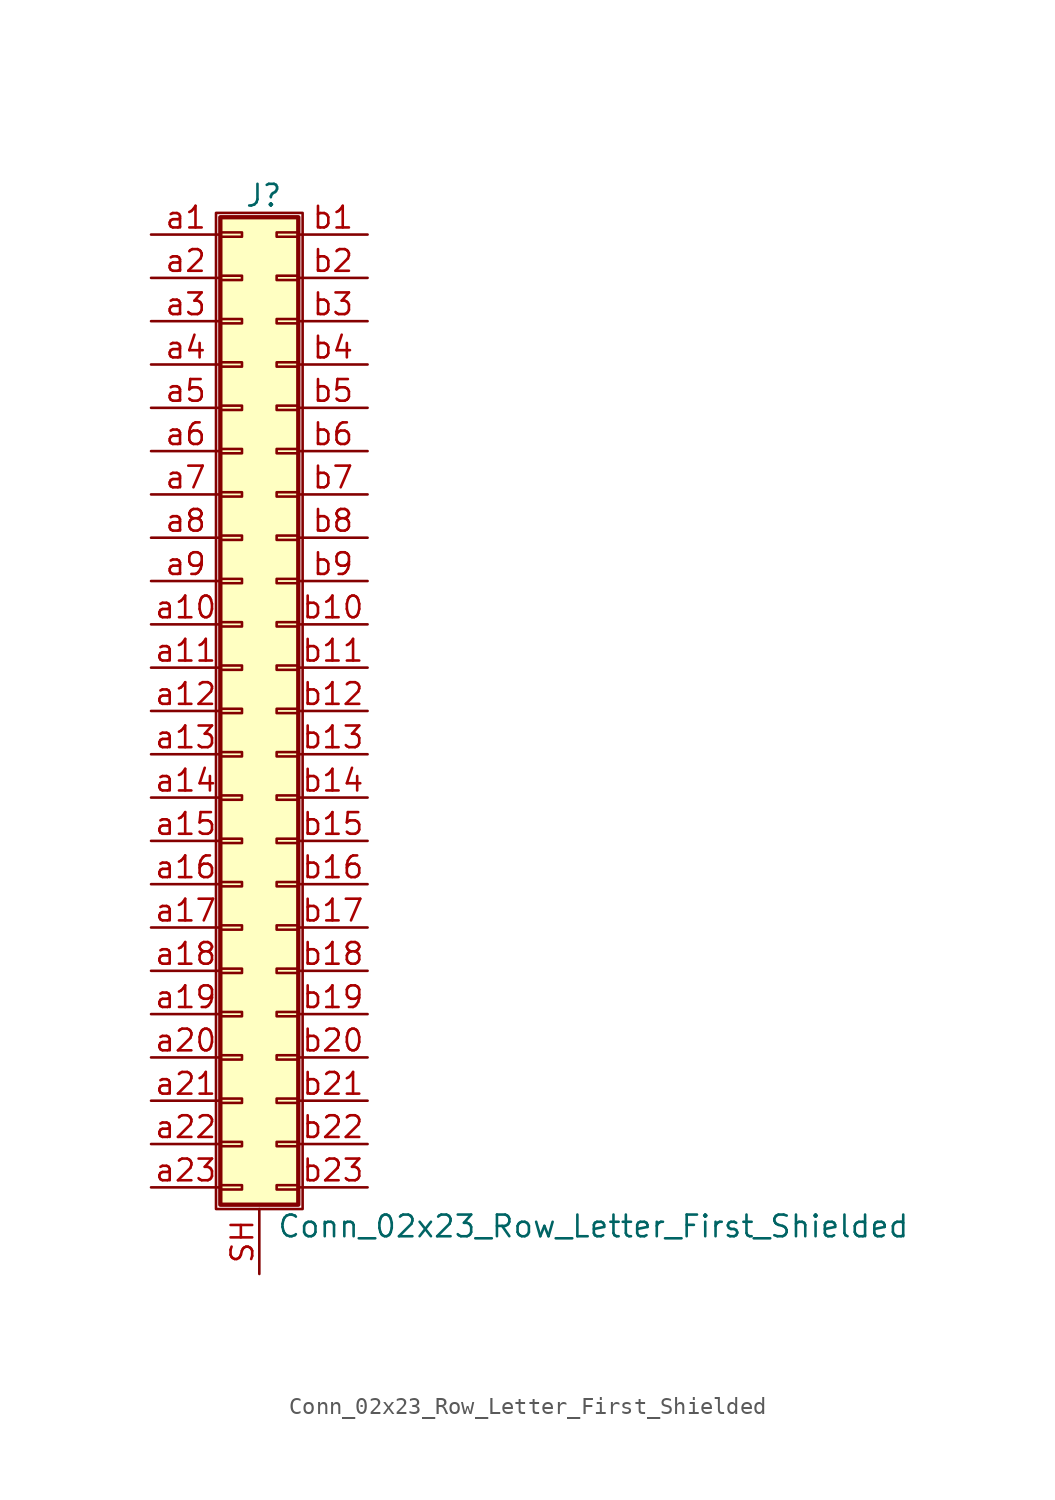
<source format=kicad_sym>
(kicad_symbol_lib
  (version 20201005)
  (generator kicad_symbol_editor)
  (symbol "Conn_02x23_Row_Letter_First_Shielded"
    (pin_names
      (offset 1.016) hide)
    (property "Reference" "J"
      (at 1.524 30.226 0)
      (effects (font (size 1.27 1.27))))
    (property "Value" "Conn_02x23_Row_Letter_First_Shielded"
      (at 2.286 -30.226 0)
      (effects (font (size 1.27 1.27)) (justify left)))
    (symbol "Conn_02x23_Row_Letter_First_Shielded_1_1"
      (rectangle (start -1.27 29.21) (end 3.81 -29.21) (stroke (width 0.152)) (fill (type none)))
      (rectangle (start -1.016 -27.813) (end 0.254 -28.067) (stroke (width 0.152)) (fill (type none)))
      (rectangle (start -1.016 -25.273) (end 0.254 -25.527) (stroke (width 0.152)) (fill (type none)))
      (rectangle (start -1.016 -22.733) (end 0.254 -22.987) (stroke (width 0.152)) (fill (type none)))
      (rectangle (start -1.016 -20.193) (end 0.254 -20.447) (stroke (width 0.152)) (fill (type none)))
      (rectangle (start -1.016 -17.653) (end 0.254 -17.907) (stroke (width 0.152)) (fill (type none)))
      (rectangle (start -1.016 -15.113) (end 0.254 -15.367) (stroke (width 0.152)) (fill (type none)))
      (rectangle (start -1.016 -12.573) (end 0.254 -12.827) (stroke (width 0.152)) (fill (type none)))
      (rectangle (start -1.016 -10.033) (end 0.254 -10.287) (stroke (width 0.152)) (fill (type none)))
      (rectangle (start -1.016 -7.493) (end 0.254 -7.747) (stroke (width 0.152)) (fill (type none)))
      (rectangle (start -1.016 -4.953) (end 0.254 -5.207) (stroke (width 0.152)) (fill (type none)))
      (rectangle (start -1.016 -2.413) (end 0.254 -2.667) (stroke (width 0.152)) (fill (type none)))
      (rectangle (start -1.016 0.127) (end 0.254 -0.127) (stroke (width 0.152)) (fill (type none)))
      (rectangle (start -1.016 2.667) (end 0.254 2.413) (stroke (width 0.152)) (fill (type none)))
      (rectangle (start -1.016 5.207) (end 0.254 4.953) (stroke (width 0.152)) (fill (type none)))
      (rectangle (start -1.016 7.747) (end 0.254 7.493) (stroke (width 0.152)) (fill (type none)))
      (rectangle (start -1.016 10.287) (end 0.254 10.033) (stroke (width 0.152)) (fill (type none)))
      (rectangle (start -1.016 12.827) (end 0.254 12.573) (stroke (width 0.152)) (fill (type none)))
      (rectangle (start -1.016 15.367) (end 0.254 15.113) (stroke (width 0.152)) (fill (type none)))
      (rectangle (start -1.016 17.907) (end 0.254 17.653) (stroke (width 0.152)) (fill (type none)))
      (rectangle (start -1.016 20.447) (end 0.254 20.193) (stroke (width 0.152)) (fill (type none)))
      (rectangle (start -1.016 22.987) (end 0.254 22.733) (stroke (width 0.152)) (fill (type none)))
      (rectangle (start -1.016 25.527) (end 0.254 25.273) (stroke (width 0.152)) (fill (type none)))
      (rectangle (start -1.016 28.067) (end 0.254 27.813) (stroke (width 0.152)) (fill (type none)))
      (rectangle (start -1.016 28.956) (end 3.556 -28.956) (stroke (width 0.254)) (fill (type background)))
      (rectangle (start 3.556 -27.813) (end 2.286 -28.067) (stroke (width 0.152)) (fill (type none)))
      (rectangle (start 3.556 -25.273) (end 2.286 -25.527) (stroke (width 0.152)) (fill (type none)))
      (rectangle (start 3.556 -22.733) (end 2.286 -22.987) (stroke (width 0.152)) (fill (type none)))
      (rectangle (start 3.556 -20.193) (end 2.286 -20.447) (stroke (width 0.152)) (fill (type none)))
      (rectangle (start 3.556 -17.653) (end 2.286 -17.907) (stroke (width 0.152)) (fill (type none)))
      (rectangle (start 3.556 -15.113) (end 2.286 -15.367) (stroke (width 0.152)) (fill (type none)))
      (rectangle (start 3.556 -12.573) (end 2.286 -12.827) (stroke (width 0.152)) (fill (type none)))
      (rectangle (start 3.556 -10.033) (end 2.286 -10.287) (stroke (width 0.152)) (fill (type none)))
      (rectangle (start 3.556 -7.493) (end 2.286 -7.747) (stroke (width 0.152)) (fill (type none)))
      (rectangle (start 3.556 -4.953) (end 2.286 -5.207) (stroke (width 0.152)) (fill (type none)))
      (rectangle (start 3.556 -2.413) (end 2.286 -2.667) (stroke (width 0.152)) (fill (type none)))
      (rectangle (start 3.556 0.127) (end 2.286 -0.127) (stroke (width 0.152)) (fill (type none)))
      (rectangle (start 3.556 2.667) (end 2.286 2.413) (stroke (width 0.152)) (fill (type none)))
      (rectangle (start 3.556 5.207) (end 2.286 4.953) (stroke (width 0.152)) (fill (type none)))
      (rectangle (start 3.556 7.747) (end 2.286 7.493) (stroke (width 0.152)) (fill (type none)))
      (rectangle (start 3.556 10.287) (end 2.286 10.033) (stroke (width 0.152)) (fill (type none)))
      (rectangle (start 3.556 12.827) (end 2.286 12.573) (stroke (width 0.152)) (fill (type none)))
      (rectangle (start 3.556 15.367) (end 2.286 15.113) (stroke (width 0.152)) (fill (type none)))
      (rectangle (start 3.556 17.907) (end 2.286 17.653) (stroke (width 0.152)) (fill (type none)))
      (rectangle (start 3.556 20.447) (end 2.286 20.193) (stroke (width 0.152)) (fill (type none)))
      (rectangle (start 3.556 22.987) (end 2.286 22.733) (stroke (width 0.152)) (fill (type none)))
      (rectangle (start 3.556 25.527) (end 2.286 25.273) (stroke (width 0.152)) (fill (type none)))
      (rectangle (start 3.556 28.067) (end 2.286 27.813) (stroke (width 0.152)) (fill (type none)))
      (pin passive line (at 1.27 -33.02 90) (length 3.81) (name "Shield" (effects (font (size 1.27 1.27)))) (number "SH" (effects (font (size 1.27 1.27)))))
      (pin passive line (at -5.08 27.94 0) (length 4.064) (name "Pin_a1" (effects (font (size 1.27 1.27)))) (number "a1" (effects (font (size 1.27 1.27)))))
      (pin passive line (at -5.08 5.08 0) (length 4.064) (name "Pin_a10" (effects (font (size 1.27 1.27)))) (number "a10" (effects (font (size 1.27 1.27)))))
      (pin passive line (at -5.08 2.54 0) (length 4.064) (name "Pin_a11" (effects (font (size 1.27 1.27)))) (number "a11" (effects (font (size 1.27 1.27)))))
      (pin passive line (at -5.08 0 0) (length 4.064) (name "Pin_a12" (effects (font (size 1.27 1.27)))) (number "a12" (effects (font (size 1.27 1.27)))))
      (pin passive line (at -5.08 -2.54 0) (length 4.064) (name "Pin_a13" (effects (font (size 1.27 1.27)))) (number "a13" (effects (font (size 1.27 1.27)))))
      (pin passive line (at -5.08 -5.08 0) (length 4.064) (name "Pin_a14" (effects (font (size 1.27 1.27)))) (number "a14" (effects (font (size 1.27 1.27)))))
      (pin passive line (at -5.08 -7.62 0) (length 4.064) (name "Pin_a15" (effects (font (size 1.27 1.27)))) (number "a15" (effects (font (size 1.27 1.27)))))
      (pin passive line (at -5.08 -10.16 0) (length 4.064) (name "Pin_a16" (effects (font (size 1.27 1.27)))) (number "a16" (effects (font (size 1.27 1.27)))))
      (pin passive line (at -5.08 -12.7 0) (length 4.064) (name "Pin_a17" (effects (font (size 1.27 1.27)))) (number "a17" (effects (font (size 1.27 1.27)))))
      (pin passive line (at -5.08 -15.24 0) (length 4.064) (name "Pin_a18" (effects (font (size 1.27 1.27)))) (number "a18" (effects (font (size 1.27 1.27)))))
      (pin passive line (at -5.08 -17.78 0) (length 4.064) (name "Pin_a19" (effects (font (size 1.27 1.27)))) (number "a19" (effects (font (size 1.27 1.27)))))
      (pin passive line (at -5.08 25.4 0) (length 4.064) (name "Pin_a2" (effects (font (size 1.27 1.27)))) (number "a2" (effects (font (size 1.27 1.27)))))
      (pin passive line (at -5.08 -20.32 0) (length 4.064) (name "Pin_a20" (effects (font (size 1.27 1.27)))) (number "a20" (effects (font (size 1.27 1.27)))))
      (pin passive line (at -5.08 -22.86 0) (length 4.064) (name "Pin_a21" (effects (font (size 1.27 1.27)))) (number "a21" (effects (font (size 1.27 1.27)))))
      (pin passive line (at -5.08 -25.4 0) (length 4.064) (name "Pin_a22" (effects (font (size 1.27 1.27)))) (number "a22" (effects (font (size 1.27 1.27)))))
      (pin passive line (at -5.08 -27.94 0) (length 4.064) (name "Pin_a23" (effects (font (size 1.27 1.27)))) (number "a23" (effects (font (size 1.27 1.27)))))
      (pin passive line (at -5.08 22.86 0) (length 4.064) (name "Pin_a3" (effects (font (size 1.27 1.27)))) (number "a3" (effects (font (size 1.27 1.27)))))
      (pin passive line (at -5.08 20.32 0) (length 4.064) (name "Pin_a4" (effects (font (size 1.27 1.27)))) (number "a4" (effects (font (size 1.27 1.27)))))
      (pin passive line (at -5.08 17.78 0) (length 4.064) (name "Pin_a5" (effects (font (size 1.27 1.27)))) (number "a5" (effects (font (size 1.27 1.27)))))
      (pin passive line (at -5.08 15.24 0) (length 4.064) (name "Pin_a6" (effects (font (size 1.27 1.27)))) (number "a6" (effects (font (size 1.27 1.27)))))
      (pin passive line (at -5.08 12.7 0) (length 4.064) (name "Pin_a7" (effects (font (size 1.27 1.27)))) (number "a7" (effects (font (size 1.27 1.27)))))
      (pin passive line (at -5.08 10.16 0) (length 4.064) (name "Pin_a8" (effects (font (size 1.27 1.27)))) (number "a8" (effects (font (size 1.27 1.27)))))
      (pin passive line (at -5.08 7.62 0) (length 4.064) (name "Pin_a9" (effects (font (size 1.27 1.27)))) (number "a9" (effects (font (size 1.27 1.27)))))
      (pin passive line (at 7.62 27.94 180) (length 4.064) (name "Pin_b1" (effects (font (size 1.27 1.27)))) (number "b1" (effects (font (size 1.27 1.27)))))
      (pin passive line (at 7.62 5.08 180) (length 4.064) (name "Pin_b10" (effects (font (size 1.27 1.27)))) (number "b10" (effects (font (size 1.27 1.27)))))
      (pin passive line (at 7.62 2.54 180) (length 4.064) (name "Pin_b11" (effects (font (size 1.27 1.27)))) (number "b11" (effects (font (size 1.27 1.27)))))
      (pin passive line (at 7.62 0 180) (length 4.064) (name "Pin_b12" (effects (font (size 1.27 1.27)))) (number "b12" (effects (font (size 1.27 1.27)))))
      (pin passive line (at 7.62 -2.54 180) (length 4.064) (name "Pin_b13" (effects (font (size 1.27 1.27)))) (number "b13" (effects (font (size 1.27 1.27)))))
      (pin passive line (at 7.62 -5.08 180) (length 4.064) (name "Pin_b14" (effects (font (size 1.27 1.27)))) (number "b14" (effects (font (size 1.27 1.27)))))
      (pin passive line (at 7.62 -7.62 180) (length 4.064) (name "Pin_b15" (effects (font (size 1.27 1.27)))) (number "b15" (effects (font (size 1.27 1.27)))))
      (pin passive line (at 7.62 -10.16 180) (length 4.064) (name "Pin_b16" (effects (font (size 1.27 1.27)))) (number "b16" (effects (font (size 1.27 1.27)))))
      (pin passive line (at 7.62 -12.7 180) (length 4.064) (name "Pin_b17" (effects (font (size 1.27 1.27)))) (number "b17" (effects (font (size 1.27 1.27)))))
      (pin passive line (at 7.62 -15.24 180) (length 4.064) (name "Pin_b18" (effects (font (size 1.27 1.27)))) (number "b18" (effects (font (size 1.27 1.27)))))
      (pin passive line (at 7.62 -17.78 180) (length 4.064) (name "Pin_b19" (effects (font (size 1.27 1.27)))) (number "b19" (effects (font (size 1.27 1.27)))))
      (pin passive line (at 7.62 25.4 180) (length 4.064) (name "Pin_b2" (effects (font (size 1.27 1.27)))) (number "b2" (effects (font (size 1.27 1.27)))))
      (pin passive line (at 7.62 -20.32 180) (length 4.064) (name "Pin_b20" (effects (font (size 1.27 1.27)))) (number "b20" (effects (font (size 1.27 1.27)))))
      (pin passive line (at 7.62 -22.86 180) (length 4.064) (name "Pin_b21" (effects (font (size 1.27 1.27)))) (number "b21" (effects (font (size 1.27 1.27)))))
      (pin passive line (at 7.62 -25.4 180) (length 4.064) (name "Pin_b22" (effects (font (size 1.27 1.27)))) (number "b22" (effects (font (size 1.27 1.27)))))
      (pin passive line (at 7.62 -27.94 180) (length 4.064) (name "Pin_b23" (effects (font (size 1.27 1.27)))) (number "b23" (effects (font (size 1.27 1.27)))))
      (pin passive line (at 7.62 22.86 180) (length 4.064) (name "Pin_b3" (effects (font (size 1.27 1.27)))) (number "b3" (effects (font (size 1.27 1.27)))))
      (pin passive line (at 7.62 20.32 180) (length 4.064) (name "Pin_b4" (effects (font (size 1.27 1.27)))) (number "b4" (effects (font (size 1.27 1.27)))))
      (pin passive line (at 7.62 17.78 180) (length 4.064) (name "Pin_b5" (effects (font (size 1.27 1.27)))) (number "b5" (effects (font (size 1.27 1.27)))))
      (pin passive line (at 7.62 15.24 180) (length 4.064) (name "Pin_b6" (effects (font (size 1.27 1.27)))) (number "b6" (effects (font (size 1.27 1.27)))))
      (pin passive line (at 7.62 12.7 180) (length 4.064) (name "Pin_b7" (effects (font (size 1.27 1.27)))) (number "b7" (effects (font (size 1.27 1.27)))))
      (pin passive line (at 7.62 10.16 180) (length 4.064) (name "Pin_b8" (effects (font (size 1.27 1.27)))) (number "b8" (effects (font (size 1.27 1.27)))))
      (pin passive line (at 7.62 7.62 180) (length 4.064) (name "Pin_b9" (effects (font (size 1.27 1.27)))) (number "b9" (effects (font (size 1.27 1.27))))))))
</source>
